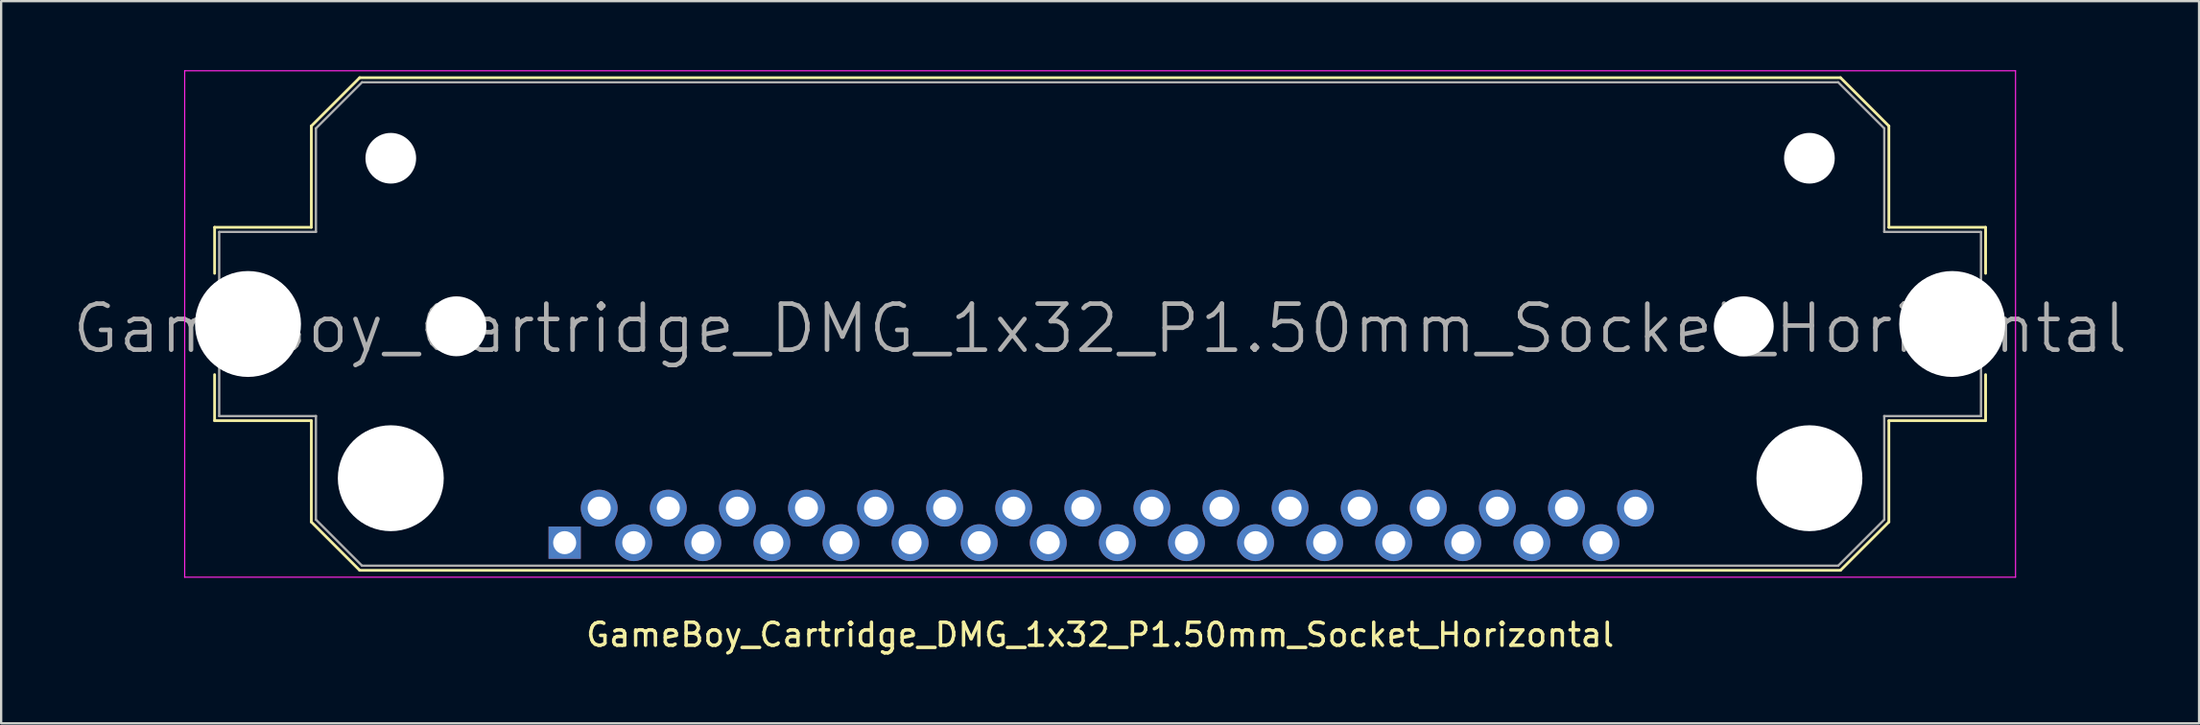
<source format=kicad_pcb>
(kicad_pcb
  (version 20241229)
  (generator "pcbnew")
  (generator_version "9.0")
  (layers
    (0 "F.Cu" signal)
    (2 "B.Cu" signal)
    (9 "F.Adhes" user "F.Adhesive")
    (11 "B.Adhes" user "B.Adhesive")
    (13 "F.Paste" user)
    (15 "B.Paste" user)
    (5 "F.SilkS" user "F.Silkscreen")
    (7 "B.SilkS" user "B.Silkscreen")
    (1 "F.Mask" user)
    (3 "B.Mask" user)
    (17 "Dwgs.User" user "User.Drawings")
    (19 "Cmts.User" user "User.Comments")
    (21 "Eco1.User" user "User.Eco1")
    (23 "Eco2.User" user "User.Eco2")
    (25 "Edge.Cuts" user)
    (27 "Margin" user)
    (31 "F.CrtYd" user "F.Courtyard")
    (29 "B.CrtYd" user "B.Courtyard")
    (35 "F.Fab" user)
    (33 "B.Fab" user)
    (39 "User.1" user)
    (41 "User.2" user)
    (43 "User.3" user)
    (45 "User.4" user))
  (footprint "GameBoy_Cartridge_DMG_1x32_P1.50mm_Socket_Horizontal"
    (layer "F.Cu")
    (at 21.469 20.525)
    (property "Reference" "GameBoy_Cartridge_DMG_1x32_P1.50mm_Socket_Horizontal" (at 23.25 4 0) (layer "F.SilkS") (effects (font (size 1 1) (thickness 0.15))))
    (attr through_hole)
    (fp_line (start -15.2 -13.7) (end -15.2 -11.7) (stroke (width 0.12) (type solid)) (layer "F.SilkS"))
    (fp_line (start -15.2 -13.7) (end -11 -13.7) (stroke (width 0.12) (type solid)) (layer "F.SilkS"))
    (fp_line (start -15.2 -7.3) (end -15.2 -5.3) (stroke (width 0.12) (type solid)) (layer "F.SilkS"))
    (fp_line (start -11 -18.1) (end -8.9 -20.2) (stroke (width 0.12) (type solid)) (layer "F.SilkS"))
    (fp_line (start -11 -13.7) (end -11 -18.1) (stroke (width 0.12) (type solid)) (layer "F.SilkS"))
    (fp_line (start -11 -5.3) (end -15.2 -5.3) (stroke (width 0.12) (type solid)) (layer "F.SilkS"))
    (fp_line (start -11 -0.9) (end -11 -5.3) (stroke (width 0.12) (type solid)) (layer "F.SilkS"))
    (fp_line (start -11 -0.9) (end -8.9 1.2) (stroke (width 0.12) (type solid)) (layer "F.SilkS"))
    (fp_line (start -8.9 -20.2) (end 55.4 -20.2) (stroke (width 0.12) (type solid)) (layer "F.SilkS"))
    (fp_line (start 55.4 -20.2) (end 57.5 -18.1) (stroke (width 0.12) (type solid)) (layer "F.SilkS"))
    (fp_line (start 55.4 1.2) (end -8.9 1.2) (stroke (width 0.12) (type solid)) (layer "F.SilkS"))
    (fp_line (start 57.5 -18.1) (end 57.5 -13.7) (stroke (width 0.12) (type solid)) (layer "F.SilkS"))
    (fp_line (start 57.5 -13.7) (end 61.7 -13.7) (stroke (width 0.12) (type solid)) (layer "F.SilkS"))
    (fp_line (start 57.5 -5.3) (end 57.5 -0.9) (stroke (width 0.12) (type solid)) (layer "F.SilkS"))
    (fp_line (start 57.5 -0.9) (end 55.4 1.2) (stroke (width 0.12) (type solid)) (layer "F.SilkS"))
    (fp_line (start 61.7 -13.7) (end 61.7 -11.7) (stroke (width 0.12) (type solid)) (layer "F.SilkS"))
    (fp_line (start 61.7 -7.3) (end 61.7 -5.3) (stroke (width 0.12) (type solid)) (layer "F.SilkS"))
    (fp_line (start 61.7 -5.3) (end 57.5 -5.3) (stroke (width 0.12) (type solid)) (layer "F.SilkS"))
    (fp_line (start -16.5 -20.5) (end -16.5 1.5) (stroke (width 0.05) (type solid)) (layer "F.CrtYd"))
    (fp_line (start 63 -20.5) (end -16.5 -20.5) (stroke (width 0.05) (type solid)) (layer "F.CrtYd"))
    (fp_line (start 63 -20.5) (end 63 1.5) (stroke (width 0.05) (type solid)) (layer "F.CrtYd"))
    (fp_line (start 63 1.5) (end -16.5 1.5) (stroke (width 0.05) (type solid)) (layer "F.CrtYd"))
    (fp_line (start -15 -13.5) (end -10.8 -13.5) (stroke (width 0.1) (type solid)) (layer "F.Fab"))
    (fp_line (start -15 -5.5) (end -15 -13.5) (stroke (width 0.1) (type solid)) (layer "F.Fab"))
    (fp_line (start -15 -5.5) (end -10.8 -5.5) (stroke (width 0.1) (type solid)) (layer "F.Fab"))
    (fp_line (start -10.8 -13.5) (end -10.8 -18) (stroke (width 0.1) (type solid)) (layer "F.Fab"))
    (fp_line (start -10.8 -5.5) (end -10.8 -1) (stroke (width 0.1) (type solid)) (layer "F.Fab"))
    (fp_line (start -10.8 -1) (end -8.8 1) (stroke (width 0.1) (type solid)) (layer "F.Fab"))
    (fp_line (start -8.8 -20) (end -10.8 -18) (stroke (width 0.1) (type solid)) (layer "F.Fab"))
    (fp_line (start -8.8 -20) (end 55.3 -20) (stroke (width 0.1) (type solid)) (layer "F.Fab"))
    (fp_line (start -8.8 1) (end 55.3 1) (stroke (width 0.1) (type solid)) (layer "F.Fab"))
    (fp_line (start 55.3 1) (end 57.3 -1) (stroke (width 0.1) (type solid)) (layer "F.Fab"))
    (fp_line (start 57.3 -18) (end 55.3 -20) (stroke (width 0.1) (type solid)) (layer "F.Fab"))
    (fp_line (start 57.3 -13.5) (end 57.3 -18) (stroke (width 0.1) (type solid)) (layer "F.Fab"))
    (fp_line (start 57.3 -13.5) (end 61.5 -13.5) (stroke (width 0.1) (type solid)) (layer "F.Fab"))
    (fp_line (start 57.3 -5.5) (end 57.3 -1) (stroke (width 0.1) (type solid)) (layer "F.Fab"))
    (fp_line (start 57.3 -5.5) (end 61.5 -5.5) (stroke (width 0.1) (type solid)) (layer "F.Fab"))
    (fp_line (start 61.5 -5.5) (end 61.5 -13.5) (stroke (width 0.1) (type solid)) (layer "F.Fab"))
    (fp_text user "${REFERENCE}" (at 23.25 -9.3 0) (layer "F.Fab") (effects (font (size 2 2) (thickness 0.2))))
    (pad "" np_thru_hole circle (at -13.75 -9.5) (size 4.6 4.6) (drill 4.6) (layers "*.Cu" "*.Mask"))
    (pad "" np_thru_hole circle (at -7.55 -16.7) (size 2.2 2.2) (drill 2.2) (layers "*.Cu" "*.Mask"))
    (pad "" np_thru_hole circle (at -7.55 -2.8) (size 4.6 4.6) (drill 4.6) (layers "*.Cu" "*.Mask"))
    (pad "" np_thru_hole circle (at -4.7 -9.4) (size 2.6 2.6) (drill 2.6) (layers "*.Cu" "*.Mask"))
    (pad "" np_thru_hole circle (at 51.2 -9.4) (size 2.6 2.6) (drill 2.6) (layers "*.Cu" "*.Mask"))
    (pad "" np_thru_hole circle (at 54.05 -16.7) (size 2.2 2.2) (drill 2.2) (layers "*.Cu" "*.Mask"))
    (pad "" np_thru_hole circle (at 54.05 -2.8) (size 4.6 4.6) (drill 4.6) (layers "*.Cu" "*.Mask"))
    (pad "" np_thru_hole circle (at 60.25 -9.5) (size 4.6 4.6) (drill 4.6) (layers "*.Cu" "*.Mask"))
    (pad "1" thru_hole rect (at 0 0) (size 1.4 1.4) (drill 1) (layers "*.Cu" "*.Mask"))
    (pad "2" thru_hole circle (at 1.5 -1.5) (size 1.6 1.6) (drill 1) (layers "*.Cu" "*.Mask"))
    (pad "3" thru_hole circle (at 3 0) (size 1.6 1.6) (drill 1) (layers "*.Cu" "*.Mask"))
    (pad "4" thru_hole circle (at 4.5 -1.5) (size 1.6 1.6) (drill 1) (layers "*.Cu" "*.Mask"))
    (pad "5" thru_hole circle (at 6 0) (size 1.6 1.6) (drill 1) (layers "*.Cu" "*.Mask"))
    (pad "6" thru_hole circle (at 7.5 -1.5) (size 1.6 1.6) (drill 1) (layers "*.Cu" "*.Mask"))
    (pad "7" thru_hole circle (at 9 0) (size 1.6 1.6) (drill 1) (layers "*.Cu" "*.Mask"))
    (pad "8" thru_hole circle (at 10.5 -1.5) (size 1.6 1.6) (drill 1) (layers "*.Cu" "*.Mask"))
    (pad "9" thru_hole circle (at 12 0) (size 1.6 1.6) (drill 1) (layers "*.Cu" "*.Mask"))
    (pad "10" thru_hole circle (at 13.5 -1.5) (size 1.6 1.6) (drill 1) (layers "*.Cu" "*.Mask"))
    (pad "11" thru_hole circle (at 15 0) (size 1.6 1.6) (drill 1) (layers "*.Cu" "*.Mask"))
    (pad "12" thru_hole circle (at 16.5 -1.5) (size 1.6 1.6) (drill 1) (layers "*.Cu" "*.Mask"))
    (pad "13" thru_hole circle (at 18 0) (size 1.6 1.6) (drill 1) (layers "*.Cu" "*.Mask"))
    (pad "14" thru_hole circle (at 19.5 -1.5) (size 1.6 1.6) (drill 1) (layers "*.Cu" "*.Mask"))
    (pad "15" thru_hole circle (at 21 0) (size 1.6 1.6) (drill 1) (layers "*.Cu" "*.Mask"))
    (pad "16" thru_hole circle (at 22.5 -1.5) (size 1.6 1.6) (drill 1) (layers "*.Cu" "*.Mask"))
    (pad "17" thru_hole circle (at 24 0) (size 1.6 1.6) (drill 1) (layers "*.Cu" "*.Mask"))
    (pad "18" thru_hole circle (at 25.5 -1.5) (size 1.6 1.6) (drill 1) (layers "*.Cu" "*.Mask"))
    (pad "19" thru_hole circle (at 27 0) (size 1.6 1.6) (drill 1) (layers "*.Cu" "*.Mask"))
    (pad "20" thru_hole circle (at 28.5 -1.5) (size 1.6 1.6) (drill 1) (layers "*.Cu" "*.Mask"))
    (pad "21" thru_hole circle (at 30 0) (size 1.6 1.6) (drill 1) (layers "*.Cu" "*.Mask"))
    (pad "22" thru_hole circle (at 31.5 -1.5) (size 1.6 1.6) (drill 1) (layers "*.Cu" "*.Mask"))
    (pad "23" thru_hole circle (at 33 0) (size 1.6 1.6) (drill 1) (layers "*.Cu" "*.Mask"))
    (pad "24" thru_hole circle (at 34.5 -1.5) (size 1.6 1.6) (drill 1) (layers "*.Cu" "*.Mask"))
    (pad "25" thru_hole circle (at 36 0) (size 1.6 1.6) (drill 1) (layers "*.Cu" "*.Mask"))
    (pad "26" thru_hole circle (at 37.5 -1.5) (size 1.6 1.6) (drill 1) (layers "*.Cu" "*.Mask"))
    (pad "27" thru_hole circle (at 39 0) (size 1.6 1.6) (drill 1) (layers "*.Cu" "*.Mask"))
    (pad "28" thru_hole circle (at 40.5 -1.5) (size 1.6 1.6) (drill 1) (layers "*.Cu" "*.Mask"))
    (pad "29" thru_hole circle (at 42 0) (size 1.6 1.6) (drill 1) (layers "*.Cu" "*.Mask"))
    (pad "30" thru_hole circle (at 43.5 -1.5) (size 1.6 1.6) (drill 1) (layers "*.Cu" "*.Mask"))
    (pad "31" thru_hole circle (at 45 0) (size 1.6 1.6) (drill 1) (layers "*.Cu" "*.Mask"))
    (pad "32" thru_hole circle (at 46.5 -1.5) (size 1.6 1.6) (drill 1) (layers "*.Cu" "*.Mask")))
  (gr_rect
    (start -3 -3)
    (end 92.438 28.373)
    (stroke (width 0.1) (type default))
    (fill no)
    (layer "Edge.Cuts")))
</source>
